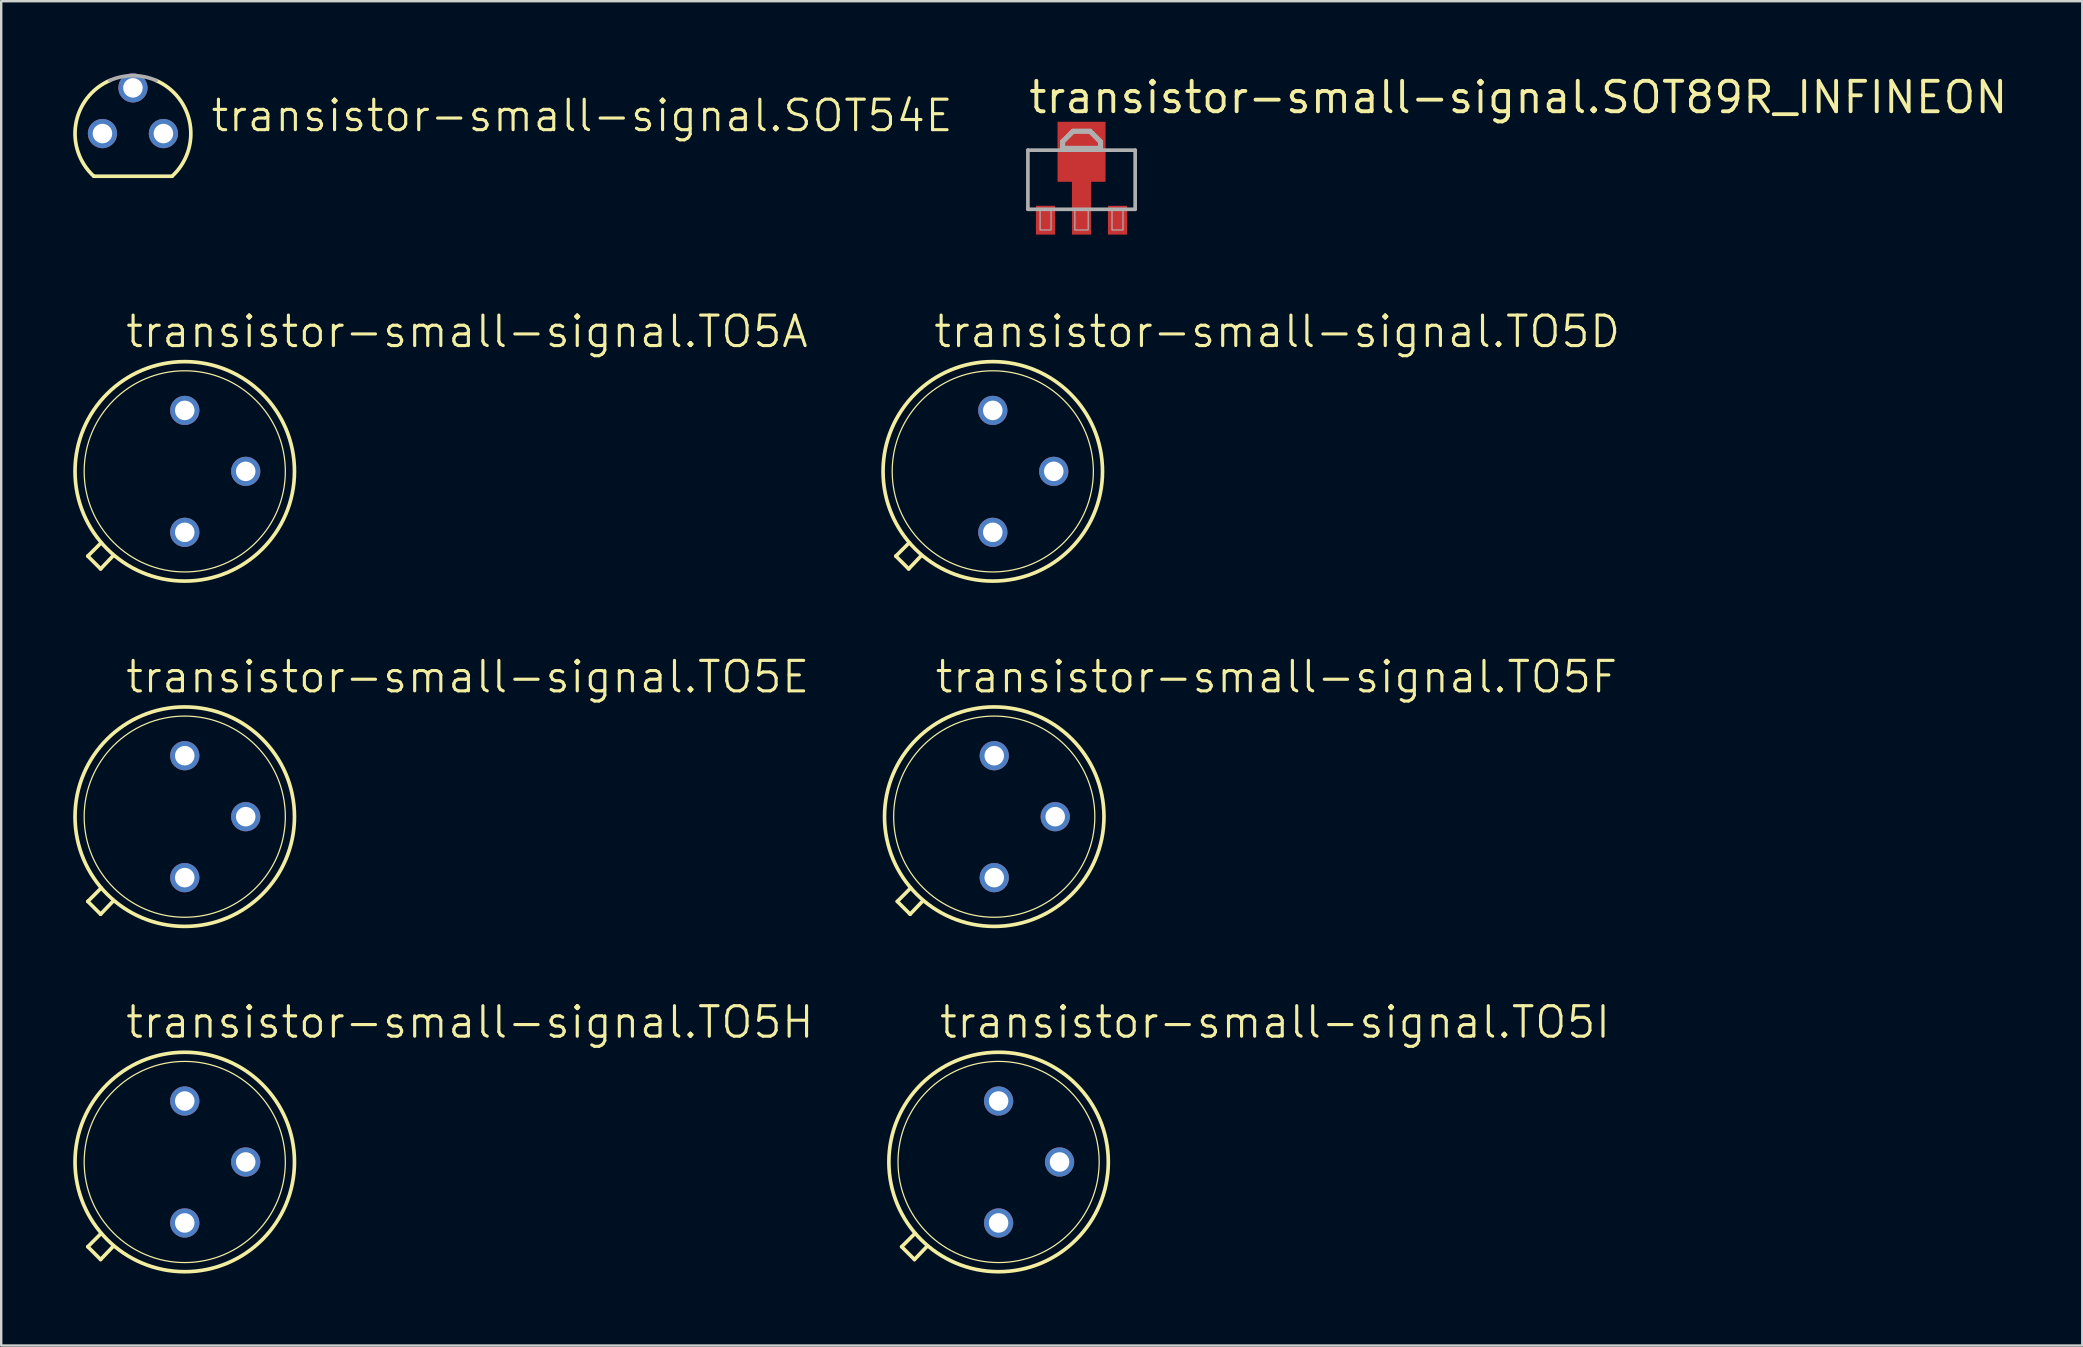
<source format=kicad_pcb>
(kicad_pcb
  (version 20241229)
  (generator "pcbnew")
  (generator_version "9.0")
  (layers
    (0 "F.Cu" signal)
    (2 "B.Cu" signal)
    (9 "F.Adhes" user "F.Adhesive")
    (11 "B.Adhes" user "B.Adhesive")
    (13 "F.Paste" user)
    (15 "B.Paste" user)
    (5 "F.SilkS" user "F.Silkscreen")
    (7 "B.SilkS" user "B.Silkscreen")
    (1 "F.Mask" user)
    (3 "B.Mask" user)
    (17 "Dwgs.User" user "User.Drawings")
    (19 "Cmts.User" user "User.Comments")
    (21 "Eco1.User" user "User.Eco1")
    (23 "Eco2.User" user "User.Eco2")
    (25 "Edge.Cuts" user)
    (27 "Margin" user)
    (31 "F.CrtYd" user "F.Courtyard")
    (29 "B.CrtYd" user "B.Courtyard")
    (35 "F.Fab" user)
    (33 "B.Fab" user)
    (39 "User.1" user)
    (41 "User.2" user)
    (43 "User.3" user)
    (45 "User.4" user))
  (footprint "transistor-small-signal.TO5H"
    (layer "F.Cu")
    (at 4.648 45.366)
    (property "Reference" "transistor-small-signal.TO5H" (at -2.54 -5.08 0) (layer "F.SilkS") (effects (font (size 1.27 1.27) (thickness 0.13)) (justify left bottom)))
    (attr through_hole)
    (fp_line (start -4.039 3.531) (end -3.48 2.972) (stroke (width 0.152) (type default)) (layer "F.SilkS"))
    (fp_line (start -3.505 4.064) (end -4.039 3.531) (stroke (width 0.152) (type default)) (layer "F.SilkS"))
    (fp_line (start -2.972 3.505) (end -3.505 4.064) (stroke (width 0.152) (type default)) (layer "F.SilkS"))
    (fp_circle (center 0 0) (end 4.191 0) (stroke (width 0.051) (type default)) (fill no) (layer "F.SilkS"))
    (fp_circle (center 0 0) (end 4.572 0) (stroke (width 0.152) (type default)) (fill no) (layer "F.SilkS"))
    (pad "A1" thru_hole circle (at 0 2.54) (size 1.219 1.219) (drill 0.813) (layers "*.Cu" "*.Mask"))
    (pad "A2" thru_hole circle (at 0 -2.54) (size 1.219 1.219) (drill 0.813) (layers "*.Cu" "*.Mask"))
    (pad "G" thru_hole circle (at 2.54 0) (size 1.219 1.219) (drill 0.813) (layers "*.Cu" "*.Mask")))
  (footprint "transistor-small-signal.TO5I"
    (layer "F.Cu")
    (at 38.558 45.366)
    (property "Reference" "transistor-small-signal.TO5I" (at -2.54 -5.08 0) (layer "F.SilkS") (effects (font (size 1.27 1.27) (thickness 0.13)) (justify left bottom)))
    (attr through_hole)
    (fp_line (start -4.039 3.531) (end -3.48 2.972) (stroke (width 0.152) (type default)) (layer "F.SilkS"))
    (fp_line (start -3.505 4.064) (end -4.039 3.531) (stroke (width 0.152) (type default)) (layer "F.SilkS"))
    (fp_line (start -2.972 3.505) (end -3.505 4.064) (stroke (width 0.152) (type default)) (layer "F.SilkS"))
    (fp_circle (center 0 0) (end 4.191 0) (stroke (width 0.051) (type default)) (fill no) (layer "F.SilkS"))
    (fp_circle (center 0 0) (end 4.572 0) (stroke (width 0.152) (type default)) (fill no) (layer "F.SilkS"))
    (pad "D" thru_hole circle (at 0 -2.54) (size 1.219 1.219) (drill 0.813) (layers "*.Cu" "*.Mask"))
    (pad "G" thru_hole circle (at 2.54 0) (size 1.219 1.219) (drill 0.813) (layers "*.Cu" "*.Mask"))
    (pad "S" thru_hole circle (at 0 2.54) (size 1.219 1.219) (drill 0.813) (layers "*.Cu" "*.Mask")))
  (footprint "transistor-small-signal.TO5A"
    (layer "F.Cu")
    (at 4.648 16.59)
    (property "Reference" "transistor-small-signal.TO5A" (at -2.54 -5.08 0) (layer "F.SilkS") (effects (font (size 1.27 1.27) (thickness 0.13)) (justify left bottom)))
    (attr through_hole)
    (fp_line (start -4.039 3.531) (end -3.48 2.972) (stroke (width 0.152) (type default)) (layer "F.SilkS"))
    (fp_line (start -3.505 4.064) (end -4.039 3.531) (stroke (width 0.152) (type default)) (layer "F.SilkS"))
    (fp_line (start -2.972 3.505) (end -3.505 4.064) (stroke (width 0.152) (type default)) (layer "F.SilkS"))
    (fp_circle (center 0 0) (end 4.191 0) (stroke (width 0.051) (type default)) (fill no) (layer "F.SilkS"))
    (fp_circle (center 0 0) (end 4.572 0) (stroke (width 0.152) (type default)) (fill no) (layer "F.SilkS"))
    (pad "B" thru_hole circle (at 2.54 0) (size 1.219 1.219) (drill 0.813) (layers "*.Cu" "*.Mask"))
    (pad "C" thru_hole circle (at 0 -2.54) (size 1.219 1.219) (drill 0.813) (layers "*.Cu" "*.Mask"))
    (pad "E" thru_hole circle (at 0 2.54) (size 1.219 1.219) (drill 0.813) (layers "*.Cu" "*.Mask")))
  (footprint "transistor-small-signal.TO5D"
    (layer "F.Cu")
    (at 38.316 16.59)
    (property "Reference" "transistor-small-signal.TO5D" (at -2.54 -5.08 0) (layer "F.SilkS") (effects (font (size 1.27 1.27) (thickness 0.13)) (justify left bottom)))
    (attr through_hole)
    (fp_line (start -4.039 3.531) (end -3.48 2.972) (stroke (width 0.152) (type default)) (layer "F.SilkS"))
    (fp_line (start -3.505 4.064) (end -4.039 3.531) (stroke (width 0.152) (type default)) (layer "F.SilkS"))
    (fp_line (start -2.972 3.505) (end -3.505 4.064) (stroke (width 0.152) (type default)) (layer "F.SilkS"))
    (fp_circle (center 0 0) (end 4.191 0) (stroke (width 0.051) (type default)) (fill no) (layer "F.SilkS"))
    (fp_circle (center 0 0) (end 4.572 0) (stroke (width 0.152) (type default)) (fill no) (layer "F.SilkS"))
    (pad "D" thru_hole circle (at 0 2.54) (size 1.219 1.219) (drill 0.813) (layers "*.Cu" "*.Mask"))
    (pad "G" thru_hole circle (at 0 -2.54) (size 1.219 1.219) (drill 0.813) (layers "*.Cu" "*.Mask"))
    (pad "S" thru_hole circle (at 2.54 0) (size 1.219 1.219) (drill 0.813) (layers "*.Cu" "*.Mask")))
  (footprint "transistor-small-signal.SOT54E"
    (layer "F.Cu")
    (at 2.489 2.515)
    (property "Reference" "transistor-small-signal.SOT54E" (at 3.175 0 0) (layer "F.SilkS") (effects (font (size 1.27 1.27) (thickness 0.13)) (justify left bottom)))
    (attr through_hole)
    (fp_line (start -1.631 1.778) (end 1.631 1.778) (stroke (width 0.152) (type default)) (layer "F.SilkS"))
    (fp_arc (start -1.631 1.778) (mid -2.380095 -0.395238) (end -0.9689 -2.2098) (stroke (width 0.1524) (type default)) (layer "F.SilkS"))
    (fp_arc (start 0.9689 -2.2098) (mid 2.380095 -0.395238) (end 1.631 1.778) (stroke (width 0.1524) (type default)) (layer "F.SilkS"))
    (fp_arc (start -0.9692 -2.2098) (mid 0 -2.412999) (end 0.9692 -2.2098) (stroke (width 0.1524) (type default)) (layer "F.Fab"))
    (pad "D" thru_hole circle (at -1.27 0) (size 1.219 1.219) (drill 0.813) (layers "*.Cu" "*.Mask"))
    (pad "G" thru_hole circle (at 0 -1.905) (size 1.219 1.219) (drill 0.813) (layers "*.Cu" "*.Mask"))
    (pad "S" thru_hole circle (at 1.27 0) (size 1.219 1.219) (drill 0.813) (layers "*.Cu" "*.Mask")))
  (footprint "transistor-small-signal.TO5F"
    (layer "F.Cu")
    (at 38.377 30.978)
    (property "Reference" "transistor-small-signal.TO5F" (at -2.54 -5.08 0) (layer "F.SilkS") (effects (font (size 1.27 1.27) (thickness 0.13)) (justify left bottom)))
    (attr through_hole)
    (fp_line (start -4.039 3.531) (end -3.48 2.972) (stroke (width 0.152) (type default)) (layer "F.SilkS"))
    (fp_line (start -3.505 4.064) (end -4.039 3.531) (stroke (width 0.152) (type default)) (layer "F.SilkS"))
    (fp_line (start -2.972 3.505) (end -3.505 4.064) (stroke (width 0.152) (type default)) (layer "F.SilkS"))
    (fp_circle (center 0 0) (end 4.191 0) (stroke (width 0.051) (type default)) (fill no) (layer "F.SilkS"))
    (fp_circle (center 0 0) (end 4.572 0) (stroke (width 0.152) (type default)) (fill no) (layer "F.SilkS"))
    (pad "D" thru_hole circle (at 2.54 0) (size 1.219 1.219) (drill 0.813) (layers "*.Cu" "*.Mask"))
    (pad "G" thru_hole circle (at 0 -2.54) (size 1.219 1.219) (drill 0.813) (layers "*.Cu" "*.Mask"))
    (pad "S" thru_hole circle (at 0 2.54) (size 1.219 1.219) (drill 0.813) (layers "*.Cu" "*.Mask")))
  (footprint "transistor-small-signal.SOT89R_INFINEON"
    (layer "F.Cu")
    (at 42.014 4.525)
    (property "Reference" "transistor-small-signal.SOT89R_INFINEON" (at -2.29 -2.775 0) (layer "F.SilkS") (effects (font (size 1.27 1.27) (thickness 0.16)) (justify left bottom)))
    (attr smd)
    (fp_rect (start -0.5 2.3) (end 0.5 0.9) (stroke (width 0.05) (type default)) (fill yes) (layer "F.Mask"))
    (fp_rect (start -0.4 2.2) (end 0.4 1) (stroke (width 0.05) (type default)) (fill yes) (layer "F.Paste"))
    (fp_line (start -2.235 -1.319) (end 2.235 -1.319) (stroke (width 0.152) (type default)) (layer "F.Fab"))
    (fp_line (start -2.235 1.145) (end -2.235 -1.319) (stroke (width 0.152) (type default)) (layer "F.Fab"))
    (fp_line (start -0.787 -1.675) (end -0.356 -2.107) (stroke (width 0.203) (type default)) (layer "F.Fab"))
    (fp_line (start -0.787 -1.395) (end -0.787 -1.675) (stroke (width 0.203) (type default)) (layer "F.Fab"))
    (fp_line (start -0.356 -2.107) (end 0.356 -2.107) (stroke (width 0.203) (type default)) (layer "F.Fab"))
    (fp_line (start 0.356 -2.107) (end 0.787 -1.675) (stroke (width 0.203) (type default)) (layer "F.Fab"))
    (fp_line (start 0.787 -1.675) (end 0.787 -1.395) (stroke (width 0.203) (type default)) (layer "F.Fab"))
    (fp_line (start 0.787 -1.395) (end -0.787 -1.395) (stroke (width 0.203) (type default)) (layer "F.Fab"))
    (fp_line (start 2.235 -1.319) (end 2.235 1.145) (stroke (width 0.152) (type default)) (layer "F.Fab"))
    (fp_line (start 2.235 1.145) (end -2.235 1.145) (stroke (width 0.152) (type default)) (layer "F.Fab"))
    (fp_rect (start -1.727 2.008) (end -1.27 1.17) (stroke (width 0.05) (type default)) (fill no) (layer "F.Fab"))
    (fp_rect (start -0.279 2.008) (end 0.279 1.17) (stroke (width 0.05) (type default)) (fill no) (layer "F.Fab"))
    (fp_rect (start 1.27 2.008) (end 1.727 1.17) (stroke (width 0.05) (type default)) (fill no) (layer "F.Fab"))
    (fp_poly (pts (xy -0.787 -1.395) (xy -0.787 -1.675) (xy -0.356 -2.107) (xy 0.356 -2.107) (xy 0.787 -1.675) (xy 0.787 -1.395)) (stroke (width 0.2) (type default)) (fill no) (layer "F.Fab"))
    (pad "1" smd roundrect (at -1.5 1.6) (size 0.8 1.2) (layers "F.Cu" "F.Mask" "F.Paste") (roundrect_rratio 0.01))
    (pad "2" smd roundrect (at 0 1.05) (size 0.8 2.3) (layers "F.Cu" "F.Mask" "F.Paste") (roundrect_rratio 0.01))
    (pad "3" smd roundrect (at 1.5 1.6) (size 0.8 1.2) (layers "F.Cu" "F.Mask" "F.Paste") (roundrect_rratio 0.01))
    (pad "4" smd roundrect (at 0 -1.25) (size 2 2.5) (layers "F.Cu" "F.Mask" "F.Paste") (roundrect_rratio 0.01)))
  (footprint "transistor-small-signal.TO5E"
    (layer "F.Cu")
    (at 4.648 30.978)
    (property "Reference" "transistor-small-signal.TO5E" (at -2.54 -5.08 0) (layer "F.SilkS") (effects (font (size 1.27 1.27) (thickness 0.13)) (justify left bottom)))
    (attr through_hole)
    (fp_line (start -4.039 3.531) (end -3.48 2.972) (stroke (width 0.152) (type default)) (layer "F.SilkS"))
    (fp_line (start -3.505 4.064) (end -4.039 3.531) (stroke (width 0.152) (type default)) (layer "F.SilkS"))
    (fp_line (start -2.972 3.505) (end -3.505 4.064) (stroke (width 0.152) (type default)) (layer "F.SilkS"))
    (fp_circle (center 0 0) (end 4.191 0) (stroke (width 0.051) (type default)) (fill no) (layer "F.SilkS"))
    (fp_circle (center 0 0) (end 4.572 0) (stroke (width 0.152) (type default)) (fill no) (layer "F.SilkS"))
    (pad "A" thru_hole circle (at 0 -2.54) (size 1.219 1.219) (drill 0.813) (layers "*.Cu" "*.Mask"))
    (pad "C" thru_hole circle (at 0 2.54) (size 1.219 1.219) (drill 0.813) (layers "*.Cu" "*.Mask"))
    (pad "G" thru_hole circle (at 2.54 0) (size 1.219 1.219) (drill 0.813) (layers "*.Cu" "*.Mask")))
  (gr_rect
    (start -3 -3)
    (end 83.711 53.015)
    (stroke (width 0.1) (type default))
    (fill no)
    (layer "Edge.Cuts")))
</source>
